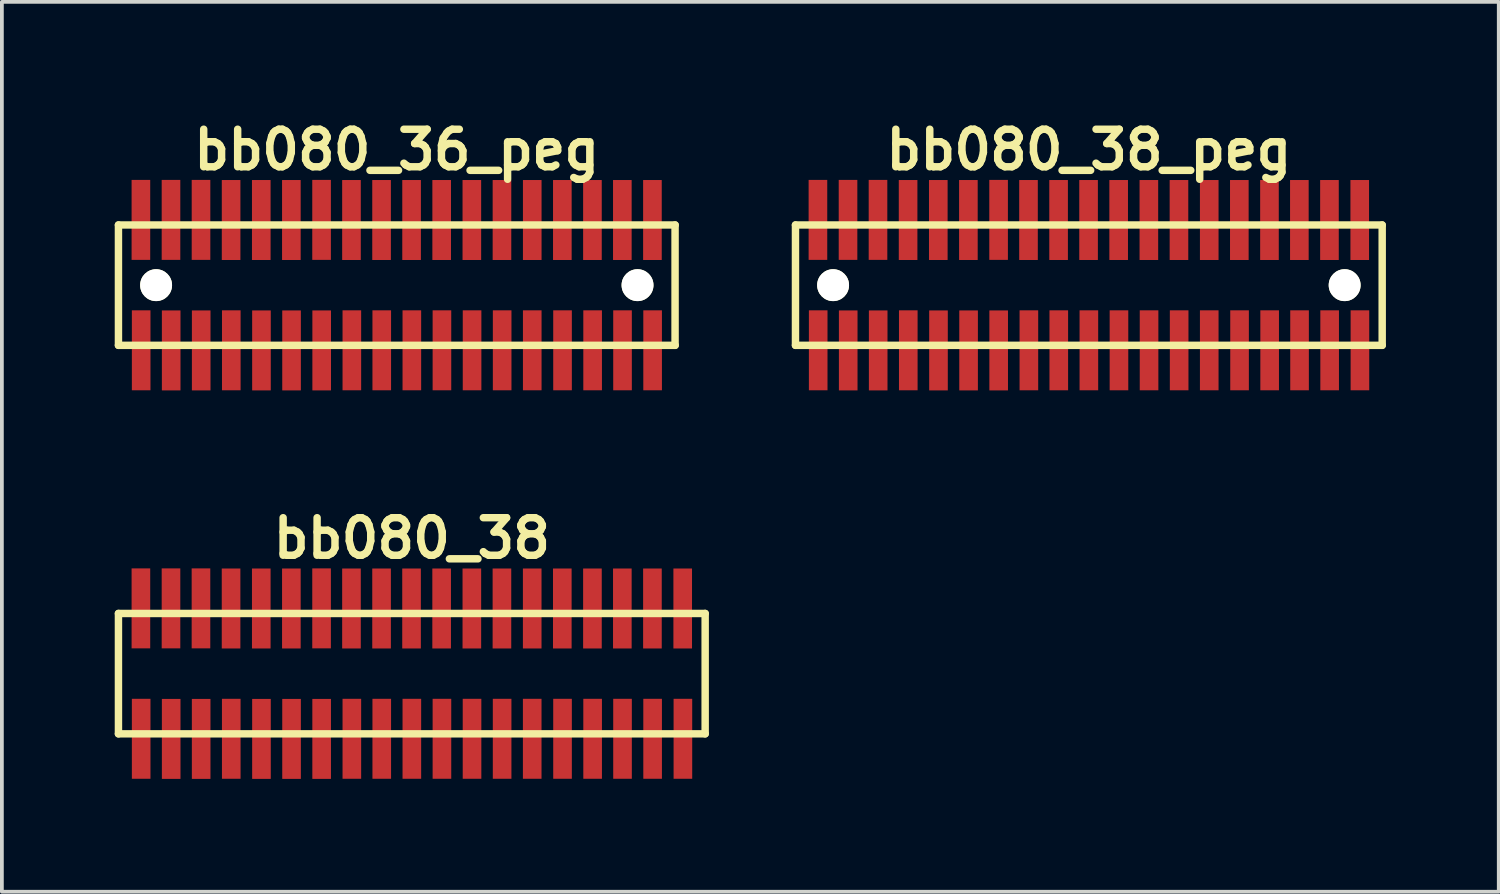
<source format=kicad_pcb>
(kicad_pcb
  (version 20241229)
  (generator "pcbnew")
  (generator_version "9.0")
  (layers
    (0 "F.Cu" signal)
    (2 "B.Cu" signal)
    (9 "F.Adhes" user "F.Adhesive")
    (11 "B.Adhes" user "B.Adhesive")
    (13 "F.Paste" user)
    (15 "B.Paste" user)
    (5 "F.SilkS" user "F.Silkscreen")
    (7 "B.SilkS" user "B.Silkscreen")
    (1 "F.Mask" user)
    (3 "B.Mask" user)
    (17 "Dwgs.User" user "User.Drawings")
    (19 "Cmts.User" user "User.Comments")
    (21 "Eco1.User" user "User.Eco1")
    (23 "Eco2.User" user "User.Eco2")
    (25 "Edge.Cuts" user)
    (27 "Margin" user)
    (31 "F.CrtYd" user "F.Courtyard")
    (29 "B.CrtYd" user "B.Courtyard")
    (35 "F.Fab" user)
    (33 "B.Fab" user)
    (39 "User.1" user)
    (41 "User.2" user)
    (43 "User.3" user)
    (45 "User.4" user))
  (footprint "bb080_36_peg"
    (layer "F.Cu")
    (at 7.498 4.531)
    (property "Reference" "bb080_36_peg" (at 0 -3.599 0) (layer "F.SilkS") (effects (font (size 0.998 0.998) (thickness 0.198))))
    (attr through_hole)
    (fp_line (start -7.399 -1.6) (end -7.399 1.6) (stroke (width 0.198) (type solid)) (layer "F.SilkS"))
    (fp_line (start -7.399 1.6) (end 7.402 1.6) (stroke (width 0.198) (type solid)) (layer "F.SilkS"))
    (fp_line (start 7.399 1.6) (end 7.399 -1.6) (stroke (width 0.198) (type solid)) (layer "F.SilkS"))
    (fp_line (start 7.402 -1.6) (end -7.399 -1.6) (stroke (width 0.198) (type solid)) (layer "F.SilkS"))
    (pad "" np_thru_hole circle (at -6.398 0) (size 0.848 0.848) (drill 0.848) (layers "*.Cu" "*.Mask" "F.SilkS"))
    (pad "" np_thru_hole circle (at 6.401 0) (size 0.848 0.848) (drill 0.848) (layers "*.Cu" "*.Mask" "F.SilkS"))
    (pad "1" smd rect (at -6.795 1.732) (size 0.495 2.126) (layers "F.Cu" "F.Mask" "F.Paste"))
    (pad "2" smd rect (at -6.802 -1.735) (size 0.495 2.126) (layers "F.Cu" "F.Mask" "F.Paste"))
    (pad "3" smd rect (at -5.997 1.735) (size 0.495 2.126) (layers "F.Cu" "F.Mask" "F.Paste"))
    (pad "4" smd rect (at -6.002 -1.735) (size 0.495 2.126) (layers "F.Cu" "F.Mask" "F.Paste"))
    (pad "5" smd rect (at -5.199 1.735) (size 0.495 2.126) (layers "F.Cu" "F.Mask" "F.Paste"))
    (pad "6" smd rect (at -5.204 -1.735) (size 0.495 2.126) (layers "F.Cu" "F.Mask" "F.Paste"))
    (pad "7" smd rect (at -4.399 1.732) (size 0.495 2.126) (layers "F.Cu" "F.Mask" "F.Paste"))
    (pad "8" smd rect (at -4.404 -1.732) (size 0.495 2.126) (layers "F.Cu" "F.Mask" "F.Paste"))
    (pad "9" smd rect (at -3.597 1.735) (size 0.495 2.126) (layers "F.Cu" "F.Mask" "F.Paste"))
    (pad "10" smd rect (at -3.602 -1.732) (size 0.495 2.126) (layers "F.Cu" "F.Mask" "F.Paste"))
    (pad "11" smd rect (at -2.797 1.735) (size 0.495 2.126) (layers "F.Cu" "F.Mask" "F.Paste"))
    (pad "12" smd rect (at -2.802 -1.732) (size 0.495 2.126) (layers "F.Cu" "F.Mask" "F.Paste"))
    (pad "13" smd rect (at -1.996 1.735) (size 0.495 2.126) (layers "F.Cu" "F.Mask" "F.Paste"))
    (pad "14" smd rect (at -1.999 -1.735) (size 0.495 2.126) (layers "F.Cu" "F.Mask" "F.Paste"))
    (pad "15" smd rect (at -1.194 1.732) (size 0.495 2.126) (layers "F.Cu" "F.Mask" "F.Paste"))
    (pad "16" smd rect (at -1.204 -1.732) (size 0.495 2.126) (layers "F.Cu" "F.Mask" "F.Paste"))
    (pad "17" smd rect (at -0.399 1.732) (size 0.495 2.126) (layers "F.Cu" "F.Mask" "F.Paste"))
    (pad "18" smd rect (at -0.404 -1.732) (size 0.495 2.126) (layers "F.Cu" "F.Mask" "F.Paste"))
    (pad "19" smd rect (at 0.401 1.732) (size 0.495 2.126) (layers "F.Cu" "F.Mask" "F.Paste"))
    (pad "20" smd rect (at 0.394 -1.732) (size 0.495 2.126) (layers "F.Cu" "F.Mask" "F.Paste"))
    (pad "21" smd rect (at 1.201 1.732) (size 0.495 2.126) (layers "F.Cu" "F.Mask" "F.Paste"))
    (pad "22" smd rect (at 1.194 -1.732) (size 0.495 2.126) (layers "F.Cu" "F.Mask" "F.Paste"))
    (pad "23" smd rect (at 2.002 1.732) (size 0.495 2.126) (layers "F.Cu" "F.Mask" "F.Paste"))
    (pad "24" smd rect (at 1.996 -1.732) (size 0.495 2.126) (layers "F.Cu" "F.Mask" "F.Paste"))
    (pad "25" smd rect (at 2.802 1.732) (size 0.495 2.126) (layers "F.Cu" "F.Mask" "F.Paste"))
    (pad "26" smd rect (at 2.797 -1.732) (size 0.495 2.126) (layers "F.Cu" "F.Mask" "F.Paste"))
    (pad "27" smd rect (at 3.602 1.732) (size 0.495 2.126) (layers "F.Cu" "F.Mask" "F.Paste"))
    (pad "28" smd rect (at 3.602 -1.732) (size 0.495 2.126) (layers "F.Cu" "F.Mask" "F.Paste"))
    (pad "29" smd rect (at 4.407 1.732) (size 0.495 2.126) (layers "F.Cu" "F.Mask" "F.Paste"))
    (pad "30" smd rect (at 4.402 -1.732) (size 0.495 2.126) (layers "F.Cu" "F.Mask" "F.Paste"))
    (pad "31" smd rect (at 5.207 1.732) (size 0.495 2.126) (layers "F.Cu" "F.Mask" "F.Paste"))
    (pad "32" smd rect (at 5.202 -1.732) (size 0.495 2.126) (layers "F.Cu" "F.Mask" "F.Paste"))
    (pad "33" smd rect (at 6.002 1.732) (size 0.495 2.126) (layers "F.Cu" "F.Mask" "F.Paste"))
    (pad "34" smd rect (at 5.997 -1.732) (size 0.495 2.126) (layers "F.Cu" "F.Mask" "F.Paste"))
    (pad "35" smd rect (at 6.802 1.732) (size 0.495 2.126) (layers "F.Cu" "F.Mask" "F.Paste"))
    (pad "36" smd rect (at 6.797 -1.732) (size 0.495 2.126) (layers "F.Cu" "F.Mask" "F.Paste")))
  (footprint "bb080_38"
    (layer "F.Cu")
    (at 7.899 14.859)
    (property "Reference" "bb080_38" (at 0 -3.599 0) (layer "F.SilkS") (effects (font (size 0.998 0.998) (thickness 0.198))))
    (attr through_hole)
    (fp_line (start -7.8 -1.6) (end -7.8 1.6) (stroke (width 0.198) (type solid)) (layer "F.SilkS"))
    (fp_line (start -7.8 1.6) (end 7.798 1.6) (stroke (width 0.198) (type solid)) (layer "F.SilkS"))
    (fp_line (start 7.798 -1.6) (end -7.8 -1.6) (stroke (width 0.198) (type solid)) (layer "F.SilkS"))
    (fp_line (start 7.798 1.6) (end 7.798 -1.6) (stroke (width 0.198) (type solid)) (layer "F.SilkS"))
    (pad "1" smd rect (at -7.196 1.732) (size 0.495 2.126) (layers "F.Cu" "F.Mask" "F.Paste"))
    (pad "2" smd rect (at -7.203 -1.735) (size 0.495 2.126) (layers "F.Cu" "F.Mask" "F.Paste"))
    (pad "3" smd rect (at -6.398 1.735) (size 0.495 2.126) (layers "F.Cu" "F.Mask" "F.Paste"))
    (pad "4" smd rect (at -6.403 -1.735) (size 0.495 2.126) (layers "F.Cu" "F.Mask" "F.Paste"))
    (pad "5" smd rect (at -5.601 1.735) (size 0.495 2.126) (layers "F.Cu" "F.Mask" "F.Paste"))
    (pad "6" smd rect (at -5.606 -1.735) (size 0.495 2.126) (layers "F.Cu" "F.Mask" "F.Paste"))
    (pad "7" smd rect (at -4.801 1.732) (size 0.495 2.126) (layers "F.Cu" "F.Mask" "F.Paste"))
    (pad "8" smd rect (at -4.806 -1.732) (size 0.495 2.126) (layers "F.Cu" "F.Mask" "F.Paste"))
    (pad "9" smd rect (at -3.998 1.735) (size 0.495 2.126) (layers "F.Cu" "F.Mask" "F.Paste"))
    (pad "10" smd rect (at -4.003 -1.732) (size 0.495 2.126) (layers "F.Cu" "F.Mask" "F.Paste"))
    (pad "11" smd rect (at -3.198 1.735) (size 0.495 2.126) (layers "F.Cu" "F.Mask" "F.Paste"))
    (pad "12" smd rect (at -3.203 -1.732) (size 0.495 2.126) (layers "F.Cu" "F.Mask" "F.Paste"))
    (pad "13" smd rect (at -2.398 1.735) (size 0.495 2.126) (layers "F.Cu" "F.Mask" "F.Paste"))
    (pad "14" smd rect (at -2.4 -1.735) (size 0.495 2.126) (layers "F.Cu" "F.Mask" "F.Paste"))
    (pad "15" smd rect (at -1.595 1.732) (size 0.495 2.126) (layers "F.Cu" "F.Mask" "F.Paste"))
    (pad "16" smd rect (at -1.605 -1.732) (size 0.495 2.126) (layers "F.Cu" "F.Mask" "F.Paste"))
    (pad "17" smd rect (at -0.8 1.732) (size 0.495 2.126) (layers "F.Cu" "F.Mask" "F.Paste"))
    (pad "18" smd rect (at -0.805 -1.732) (size 0.495 2.126) (layers "F.Cu" "F.Mask" "F.Paste"))
    (pad "19" smd rect (at 0 1.732) (size 0.495 2.126) (layers "F.Cu" "F.Mask" "F.Paste"))
    (pad "20" smd rect (at -0.008 -1.732) (size 0.495 2.126) (layers "F.Cu" "F.Mask" "F.Paste"))
    (pad "21" smd rect (at 0.8 1.732) (size 0.495 2.126) (layers "F.Cu" "F.Mask" "F.Paste"))
    (pad "22" smd rect (at 0.792 -1.732) (size 0.495 2.126) (layers "F.Cu" "F.Mask" "F.Paste"))
    (pad "23" smd rect (at 1.6 1.732) (size 0.495 2.126) (layers "F.Cu" "F.Mask" "F.Paste"))
    (pad "24" smd rect (at 1.595 -1.732) (size 0.495 2.126) (layers "F.Cu" "F.Mask" "F.Paste"))
    (pad "25" smd rect (at 2.4 1.732) (size 0.495 2.126) (layers "F.Cu" "F.Mask" "F.Paste"))
    (pad "26" smd rect (at 2.395 -1.732) (size 0.495 2.126) (layers "F.Cu" "F.Mask" "F.Paste"))
    (pad "27" smd rect (at 3.2 1.732) (size 0.495 2.126) (layers "F.Cu" "F.Mask" "F.Paste"))
    (pad "28" smd rect (at 3.2 -1.732) (size 0.495 2.126) (layers "F.Cu" "F.Mask" "F.Paste"))
    (pad "29" smd rect (at 4.006 1.732) (size 0.495 2.126) (layers "F.Cu" "F.Mask" "F.Paste"))
    (pad "30" smd rect (at 4 -1.732) (size 0.495 2.126) (layers "F.Cu" "F.Mask" "F.Paste"))
    (pad "31" smd rect (at 4.806 1.732) (size 0.495 2.126) (layers "F.Cu" "F.Mask" "F.Paste"))
    (pad "32" smd rect (at 4.801 -1.732) (size 0.495 2.126) (layers "F.Cu" "F.Mask" "F.Paste"))
    (pad "33" smd rect (at 5.601 1.732) (size 0.495 2.126) (layers "F.Cu" "F.Mask" "F.Paste"))
    (pad "34" smd rect (at 5.596 -1.732) (size 0.495 2.126) (layers "F.Cu" "F.Mask" "F.Paste"))
    (pad "35" smd rect (at 6.401 1.732) (size 0.495 2.126) (layers "F.Cu" "F.Mask" "F.Paste"))
    (pad "36" smd rect (at 6.396 -1.732) (size 0.495 2.126) (layers "F.Cu" "F.Mask" "F.Paste"))
    (pad "37" smd rect (at 7.206 1.732) (size 0.495 2.126) (layers "F.Cu" "F.Mask" "F.Paste"))
    (pad "38" smd rect (at 7.201 -1.732) (size 0.495 2.126) (layers "F.Cu" "F.Mask" "F.Paste")))
  (footprint "bb080_38_peg"
    (layer "F.Cu")
    (at 25.898 4.531)
    (property "Reference" "bb080_38_peg" (at 0 -3.599 0) (layer "F.SilkS") (effects (font (size 0.998 0.998) (thickness 0.198))))
    (attr through_hole)
    (fp_line (start -7.8 -1.6) (end -7.8 1.6) (stroke (width 0.198) (type solid)) (layer "F.SilkS"))
    (fp_line (start -7.8 1.6) (end 7.798 1.6) (stroke (width 0.198) (type solid)) (layer "F.SilkS"))
    (fp_line (start 7.798 -1.6) (end -7.8 -1.6) (stroke (width 0.198) (type solid)) (layer "F.SilkS"))
    (fp_line (start 7.798 1.6) (end 7.798 -1.6) (stroke (width 0.198) (type solid)) (layer "F.SilkS"))
    (pad "" np_thru_hole circle (at -6.8 0) (size 0.848 0.848) (drill 0.848) (layers "*.Cu" "*.Mask" "F.SilkS"))
    (pad "" np_thru_hole circle (at 6.8 0) (size 0.848 0.848) (drill 0.848) (layers "*.Cu" "*.Mask" "F.SilkS"))
    (pad "1" smd rect (at -7.196 1.732) (size 0.495 2.126) (layers "F.Cu" "F.Mask" "F.Paste"))
    (pad "2" smd rect (at -7.203 -1.735) (size 0.495 2.126) (layers "F.Cu" "F.Mask" "F.Paste"))
    (pad "3" smd rect (at -6.398 1.735) (size 0.495 2.126) (layers "F.Cu" "F.Mask" "F.Paste"))
    (pad "4" smd rect (at -6.403 -1.735) (size 0.495 2.126) (layers "F.Cu" "F.Mask" "F.Paste"))
    (pad "5" smd rect (at -5.601 1.735) (size 0.495 2.126) (layers "F.Cu" "F.Mask" "F.Paste"))
    (pad "6" smd rect (at -5.606 -1.735) (size 0.495 2.126) (layers "F.Cu" "F.Mask" "F.Paste"))
    (pad "7" smd rect (at -4.801 1.732) (size 0.495 2.126) (layers "F.Cu" "F.Mask" "F.Paste"))
    (pad "8" smd rect (at -4.806 -1.732) (size 0.495 2.126) (layers "F.Cu" "F.Mask" "F.Paste"))
    (pad "9" smd rect (at -3.998 1.735) (size 0.495 2.126) (layers "F.Cu" "F.Mask" "F.Paste"))
    (pad "10" smd rect (at -4.003 -1.732) (size 0.495 2.126) (layers "F.Cu" "F.Mask" "F.Paste"))
    (pad "11" smd rect (at -3.198 1.735) (size 0.495 2.126) (layers "F.Cu" "F.Mask" "F.Paste"))
    (pad "12" smd rect (at -3.203 -1.732) (size 0.495 2.126) (layers "F.Cu" "F.Mask" "F.Paste"))
    (pad "13" smd rect (at -2.398 1.735) (size 0.495 2.126) (layers "F.Cu" "F.Mask" "F.Paste"))
    (pad "14" smd rect (at -2.4 -1.735) (size 0.495 2.126) (layers "F.Cu" "F.Mask" "F.Paste"))
    (pad "15" smd rect (at -1.595 1.732) (size 0.495 2.126) (layers "F.Cu" "F.Mask" "F.Paste"))
    (pad "16" smd rect (at -1.605 -1.732) (size 0.495 2.126) (layers "F.Cu" "F.Mask" "F.Paste"))
    (pad "17" smd rect (at -0.8 1.732) (size 0.495 2.126) (layers "F.Cu" "F.Mask" "F.Paste"))
    (pad "18" smd rect (at -0.805 -1.732) (size 0.495 2.126) (layers "F.Cu" "F.Mask" "F.Paste"))
    (pad "19" smd rect (at 0 1.732) (size 0.495 2.126) (layers "F.Cu" "F.Mask" "F.Paste"))
    (pad "20" smd rect (at -0.008 -1.732) (size 0.495 2.126) (layers "F.Cu" "F.Mask" "F.Paste"))
    (pad "21" smd rect (at 0.8 1.732) (size 0.495 2.126) (layers "F.Cu" "F.Mask" "F.Paste"))
    (pad "22" smd rect (at 0.792 -1.732) (size 0.495 2.126) (layers "F.Cu" "F.Mask" "F.Paste"))
    (pad "23" smd rect (at 1.6 1.732) (size 0.495 2.126) (layers "F.Cu" "F.Mask" "F.Paste"))
    (pad "24" smd rect (at 1.595 -1.732) (size 0.495 2.126) (layers "F.Cu" "F.Mask" "F.Paste"))
    (pad "25" smd rect (at 2.4 1.732) (size 0.495 2.126) (layers "F.Cu" "F.Mask" "F.Paste"))
    (pad "26" smd rect (at 2.395 -1.732) (size 0.495 2.126) (layers "F.Cu" "F.Mask" "F.Paste"))
    (pad "27" smd rect (at 3.2 1.732) (size 0.495 2.126) (layers "F.Cu" "F.Mask" "F.Paste"))
    (pad "28" smd rect (at 3.2 -1.732) (size 0.495 2.126) (layers "F.Cu" "F.Mask" "F.Paste"))
    (pad "29" smd rect (at 4.006 1.732) (size 0.495 2.126) (layers "F.Cu" "F.Mask" "F.Paste"))
    (pad "30" smd rect (at 4 -1.732) (size 0.495 2.126) (layers "F.Cu" "F.Mask" "F.Paste"))
    (pad "31" smd rect (at 4.806 1.732) (size 0.495 2.126) (layers "F.Cu" "F.Mask" "F.Paste"))
    (pad "32" smd rect (at 4.801 -1.732) (size 0.495 2.126) (layers "F.Cu" "F.Mask" "F.Paste"))
    (pad "33" smd rect (at 5.601 1.732) (size 0.495 2.126) (layers "F.Cu" "F.Mask" "F.Paste"))
    (pad "34" smd rect (at 5.596 -1.732) (size 0.495 2.126) (layers "F.Cu" "F.Mask" "F.Paste"))
    (pad "35" smd rect (at 6.401 1.732) (size 0.495 2.126) (layers "F.Cu" "F.Mask" "F.Paste"))
    (pad "36" smd rect (at 6.396 -1.732) (size 0.495 2.126) (layers "F.Cu" "F.Mask" "F.Paste"))
    (pad "37" smd rect (at 7.206 1.732) (size 0.495 2.126) (layers "F.Cu" "F.Mask" "F.Paste"))
    (pad "38" smd rect (at 7.201 -1.732) (size 0.495 2.126) (layers "F.Cu" "F.Mask" "F.Paste")))
  (gr_rect
    (start -3 -3)
    (end 36.795 20.657)
    (stroke (width 0.1) (type default))
    (fill no)
    (layer "Edge.Cuts")))
</source>
